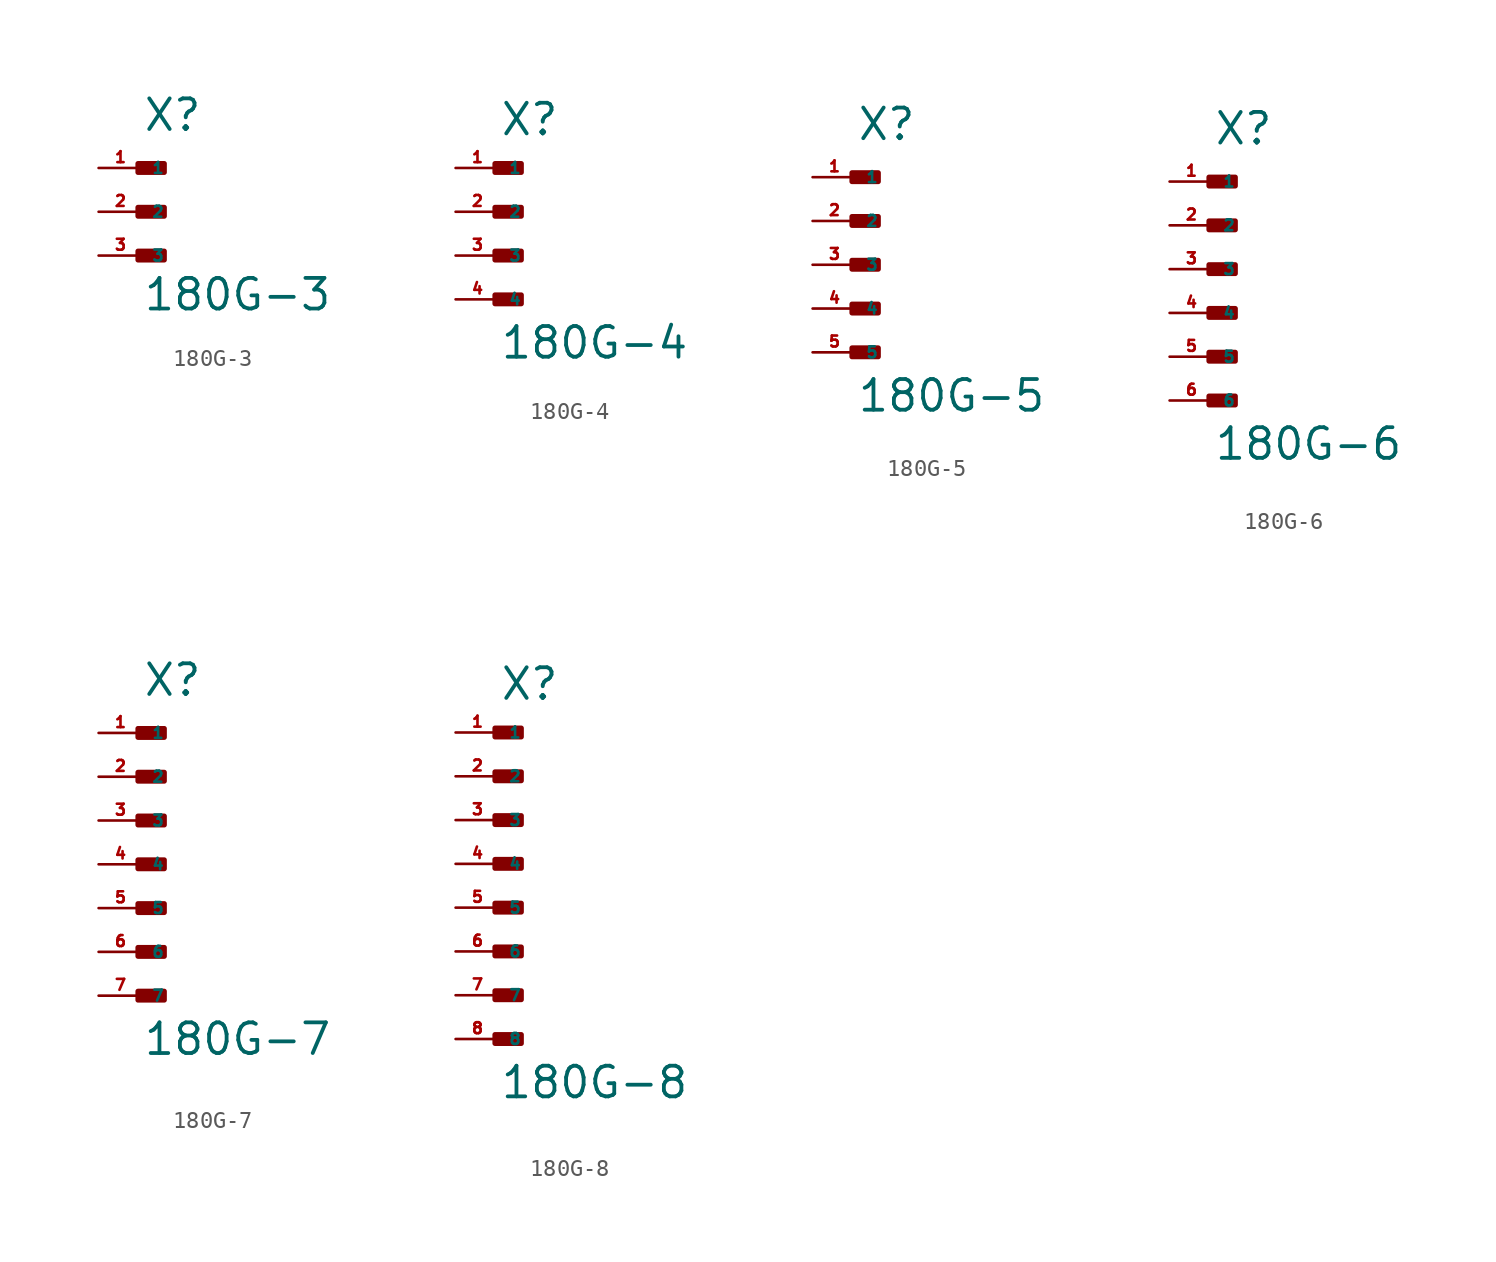
<source format=kicad_sym>
(kicad_symbol_lib
  (version 20220914)
  (generator Eagle2Kicad)
  (symbol "180G-3"
    (property "Reference" "X"
      (at 0 4.572 0)
      (effects (font (size 1.778 1.778) (thickness 0.22)) (justify left bottom)))
    (property "Value" "180G-3"
      (at 0 -5.842 0)
      (effects (font (size 1.778 1.778) (thickness 0.22)) (justify left bottom)))
    (rectangle
      (start -0.254 2.286)
      (end 1.27 2.794)
      (stroke (width 0.3) (type default))
      (fill (type outline)))
    (rectangle
      (start -0.254 -0.254)
      (end 1.27 0.254)
      (stroke (width 0.3) (type default))
      (fill (type outline)))
    (rectangle
      (start -0.254 -2.794)
      (end 1.27 -2.286)
      (stroke (width 0.3) (type default))
      (fill (type outline)))
    (pin passive line
      (at -2.54 2.54 0)
      (length 2.54)
      (name "1" (effects (font (size 0.635 0.635) (thickness 0.08)) (justify left bottom)))
      (number "1" (effects (font (size 0.635 0.635) (thickness 0.08)) (justify left bottom))))
    (pin passive line
      (at -2.54 0 0)
      (length 2.54)
      (name "2" (effects (font (size 0.635 0.635) (thickness 0.08)) (justify left bottom)))
      (number "2" (effects (font (size 0.635 0.635) (thickness 0.08)) (justify left bottom))))
    (pin passive line
      (at -2.54 -2.54 0)
      (length 2.54)
      (name "3" (effects (font (size 0.635 0.635) (thickness 0.08)) (justify left bottom)))
      (number "3" (effects (font (size 0.635 0.635) (thickness 0.08)) (justify left bottom)))))
  (symbol "180G-4"
    (property "Reference" "X"
      (at 0 4.318 0)
      (effects (font (size 1.778 1.778) (thickness 0.22)) (justify left bottom)))
    (property "Value" "180G-4"
      (at 0 -8.636 0)
      (effects (font (size 1.778 1.778) (thickness 0.22)) (justify left bottom)))
    (rectangle
      (start -0.254 2.286)
      (end 1.27 2.794)
      (stroke (width 0.3) (type default))
      (fill (type outline)))
    (rectangle
      (start -0.254 -0.254)
      (end 1.27 0.254)
      (stroke (width 0.3) (type default))
      (fill (type outline)))
    (rectangle
      (start -0.254 -2.794)
      (end 1.27 -2.286)
      (stroke (width 0.3) (type default))
      (fill (type outline)))
    (rectangle
      (start -0.254 -5.334)
      (end 1.27 -4.826)
      (stroke (width 0.3) (type default))
      (fill (type outline)))
    (pin passive line
      (at -2.54 2.54 0)
      (length 2.54)
      (name "1" (effects (font (size 0.635 0.635) (thickness 0.08)) (justify left bottom)))
      (number "1" (effects (font (size 0.635 0.635) (thickness 0.08)) (justify left bottom))))
    (pin passive line
      (at -2.54 0 0)
      (length 2.54)
      (name "2" (effects (font (size 0.635 0.635) (thickness 0.08)) (justify left bottom)))
      (number "2" (effects (font (size 0.635 0.635) (thickness 0.08)) (justify left bottom))))
    (pin passive line
      (at -2.54 -2.54 0)
      (length 2.54)
      (name "3" (effects (font (size 0.635 0.635) (thickness 0.08)) (justify left bottom)))
      (number "3" (effects (font (size 0.635 0.635) (thickness 0.08)) (justify left bottom))))
    (pin passive line
      (at -2.54 -5.08 0)
      (length 2.54)
      (name "4" (effects (font (size 0.635 0.635) (thickness 0.08)) (justify left bottom)))
      (number "4" (effects (font (size 0.635 0.635) (thickness 0.08)) (justify left bottom)))))
  (symbol "180G-5"
    (property "Reference" "X"
      (at 0 7.112 0)
      (effects (font (size 1.778 1.778) (thickness 0.22)) (justify left bottom)))
    (property "Value" "180G-5"
      (at 0 -8.636 0)
      (effects (font (size 1.778 1.778) (thickness 0.22)) (justify left bottom)))
    (rectangle
      (start -0.254 4.826)
      (end 1.27 5.334)
      (stroke (width 0.3) (type default))
      (fill (type outline)))
    (rectangle
      (start -0.254 2.286)
      (end 1.27 2.794)
      (stroke (width 0.3) (type default))
      (fill (type outline)))
    (rectangle
      (start -0.254 -0.254)
      (end 1.27 0.254)
      (stroke (width 0.3) (type default))
      (fill (type outline)))
    (rectangle
      (start -0.254 -2.794)
      (end 1.27 -2.286)
      (stroke (width 0.3) (type default))
      (fill (type outline)))
    (rectangle
      (start -0.254 -5.334)
      (end 1.27 -4.826)
      (stroke (width 0.3) (type default))
      (fill (type outline)))
    (pin passive line
      (at -2.54 5.08 0)
      (length 2.54)
      (name "1" (effects (font (size 0.635 0.635) (thickness 0.08)) (justify left bottom)))
      (number "1" (effects (font (size 0.635 0.635) (thickness 0.08)) (justify left bottom))))
    (pin passive line
      (at -2.54 2.54 0)
      (length 2.54)
      (name "2" (effects (font (size 0.635 0.635) (thickness 0.08)) (justify left bottom)))
      (number "2" (effects (font (size 0.635 0.635) (thickness 0.08)) (justify left bottom))))
    (pin passive line
      (at -2.54 0 0)
      (length 2.54)
      (name "3" (effects (font (size 0.635 0.635) (thickness 0.08)) (justify left bottom)))
      (number "3" (effects (font (size 0.635 0.635) (thickness 0.08)) (justify left bottom))))
    (pin passive line
      (at -2.54 -2.54 0)
      (length 2.54)
      (name "4" (effects (font (size 0.635 0.635) (thickness 0.08)) (justify left bottom)))
      (number "4" (effects (font (size 0.635 0.635) (thickness 0.08)) (justify left bottom))))
    (pin passive line
      (at -2.54 -5.08 0)
      (length 2.54)
      (name "5" (effects (font (size 0.635 0.635) (thickness 0.08)) (justify left bottom)))
      (number "5" (effects (font (size 0.635 0.635) (thickness 0.08)) (justify left bottom)))))
  (symbol "180G-6"
    (property "Reference" "X"
      (at 0 7.112 0)
      (effects (font (size 1.778 1.778) (thickness 0.22)) (justify left bottom)))
    (property "Value" "180G-6"
      (at 0 -11.176 0)
      (effects (font (size 1.778 1.778) (thickness 0.22)) (justify left bottom)))
    (rectangle
      (start -0.254 4.826)
      (end 1.27 5.334)
      (stroke (width 0.3) (type default))
      (fill (type outline)))
    (rectangle
      (start -0.254 2.286)
      (end 1.27 2.794)
      (stroke (width 0.3) (type default))
      (fill (type outline)))
    (rectangle
      (start -0.254 -0.254)
      (end 1.27 0.254)
      (stroke (width 0.3) (type default))
      (fill (type outline)))
    (rectangle
      (start -0.254 -2.794)
      (end 1.27 -2.286)
      (stroke (width 0.3) (type default))
      (fill (type outline)))
    (rectangle
      (start -0.254 -5.334)
      (end 1.27 -4.826)
      (stroke (width 0.3) (type default))
      (fill (type outline)))
    (rectangle
      (start -0.254 -7.874)
      (end 1.27 -7.366)
      (stroke (width 0.3) (type default))
      (fill (type outline)))
    (pin passive line
      (at -2.54 5.08 0)
      (length 2.54)
      (name "1" (effects (font (size 0.635 0.635) (thickness 0.08)) (justify left bottom)))
      (number "1" (effects (font (size 0.635 0.635) (thickness 0.08)) (justify left bottom))))
    (pin passive line
      (at -2.54 2.54 0)
      (length 2.54)
      (name "2" (effects (font (size 0.635 0.635) (thickness 0.08)) (justify left bottom)))
      (number "2" (effects (font (size 0.635 0.635) (thickness 0.08)) (justify left bottom))))
    (pin passive line
      (at -2.54 0 0)
      (length 2.54)
      (name "3" (effects (font (size 0.635 0.635) (thickness 0.08)) (justify left bottom)))
      (number "3" (effects (font (size 0.635 0.635) (thickness 0.08)) (justify left bottom))))
    (pin passive line
      (at -2.54 -2.54 0)
      (length 2.54)
      (name "4" (effects (font (size 0.635 0.635) (thickness 0.08)) (justify left bottom)))
      (number "4" (effects (font (size 0.635 0.635) (thickness 0.08)) (justify left bottom))))
    (pin passive line
      (at -2.54 -5.08 0)
      (length 2.54)
      (name "5" (effects (font (size 0.635 0.635) (thickness 0.08)) (justify left bottom)))
      (number "5" (effects (font (size 0.635 0.635) (thickness 0.08)) (justify left bottom))))
    (pin passive line
      (at -2.54 -7.62 0)
      (length 2.54)
      (name "6" (effects (font (size 0.635 0.635) (thickness 0.08)) (justify left bottom)))
      (number "6" (effects (font (size 0.635 0.635) (thickness 0.08)) (justify left bottom)))))
  (symbol "180G-7"
    (property "Reference" "X"
      (at 0 9.652 0)
      (effects (font (size 1.778 1.778) (thickness 0.22)) (justify left bottom)))
    (property "Value" "180G-7"
      (at 0 -11.176 0)
      (effects (font (size 1.778 1.778) (thickness 0.22)) (justify left bottom)))
    (rectangle
      (start -0.254 7.366)
      (end 1.27 7.874)
      (stroke (width 0.3) (type default))
      (fill (type outline)))
    (rectangle
      (start -0.254 4.826)
      (end 1.27 5.334)
      (stroke (width 0.3) (type default))
      (fill (type outline)))
    (rectangle
      (start -0.254 2.286)
      (end 1.27 2.794)
      (stroke (width 0.3) (type default))
      (fill (type outline)))
    (rectangle
      (start -0.254 -0.254)
      (end 1.27 0.254)
      (stroke (width 0.3) (type default))
      (fill (type outline)))
    (rectangle
      (start -0.254 -2.794)
      (end 1.27 -2.286)
      (stroke (width 0.3) (type default))
      (fill (type outline)))
    (rectangle
      (start -0.254 -5.334)
      (end 1.27 -4.826)
      (stroke (width 0.3) (type default))
      (fill (type outline)))
    (rectangle
      (start -0.254 -7.874)
      (end 1.27 -7.366)
      (stroke (width 0.3) (type default))
      (fill (type outline)))
    (pin passive line
      (at -2.54 7.62 0)
      (length 2.54)
      (name "1" (effects (font (size 0.635 0.635) (thickness 0.08)) (justify left bottom)))
      (number "1" (effects (font (size 0.635 0.635) (thickness 0.08)) (justify left bottom))))
    (pin passive line
      (at -2.54 5.08 0)
      (length 2.54)
      (name "2" (effects (font (size 0.635 0.635) (thickness 0.08)) (justify left bottom)))
      (number "2" (effects (font (size 0.635 0.635) (thickness 0.08)) (justify left bottom))))
    (pin passive line
      (at -2.54 2.54 0)
      (length 2.54)
      (name "3" (effects (font (size 0.635 0.635) (thickness 0.08)) (justify left bottom)))
      (number "3" (effects (font (size 0.635 0.635) (thickness 0.08)) (justify left bottom))))
    (pin passive line
      (at -2.54 0 0)
      (length 2.54)
      (name "4" (effects (font (size 0.635 0.635) (thickness 0.08)) (justify left bottom)))
      (number "4" (effects (font (size 0.635 0.635) (thickness 0.08)) (justify left bottom))))
    (pin passive line
      (at -2.54 -2.54 0)
      (length 2.54)
      (name "5" (effects (font (size 0.635 0.635) (thickness 0.08)) (justify left bottom)))
      (number "5" (effects (font (size 0.635 0.635) (thickness 0.08)) (justify left bottom))))
    (pin passive line
      (at -2.54 -5.08 0)
      (length 2.54)
      (name "6" (effects (font (size 0.635 0.635) (thickness 0.08)) (justify left bottom)))
      (number "6" (effects (font (size 0.635 0.635) (thickness 0.08)) (justify left bottom))))
    (pin passive line
      (at -2.54 -7.62 0)
      (length 2.54)
      (name "7" (effects (font (size 0.635 0.635) (thickness 0.08)) (justify left bottom)))
      (number "7" (effects (font (size 0.635 0.635) (thickness 0.08)) (justify left bottom)))))
  (symbol "180G-8"
    (property "Reference" "X"
      (at 0 9.398 0)
      (effects (font (size 1.778 1.778) (thickness 0.22)) (justify left bottom)))
    (property "Value" "180G-8"
      (at 0 -13.716 0)
      (effects (font (size 1.778 1.778) (thickness 0.22)) (justify left bottom)))
    (rectangle
      (start -0.254 7.366)
      (end 1.27 7.874)
      (stroke (width 0.3) (type default))
      (fill (type outline)))
    (rectangle
      (start -0.254 4.826)
      (end 1.27 5.334)
      (stroke (width 0.3) (type default))
      (fill (type outline)))
    (rectangle
      (start -0.254 2.286)
      (end 1.27 2.794)
      (stroke (width 0.3) (type default))
      (fill (type outline)))
    (rectangle
      (start -0.254 -0.254)
      (end 1.27 0.254)
      (stroke (width 0.3) (type default))
      (fill (type outline)))
    (rectangle
      (start -0.254 -2.794)
      (end 1.27 -2.286)
      (stroke (width 0.3) (type default))
      (fill (type outline)))
    (rectangle
      (start -0.254 -5.334)
      (end 1.27 -4.826)
      (stroke (width 0.3) (type default))
      (fill (type outline)))
    (rectangle
      (start -0.254 -7.874)
      (end 1.27 -7.366)
      (stroke (width 0.3) (type default))
      (fill (type outline)))
    (rectangle
      (start -0.254 -10.414)
      (end 1.27 -9.906)
      (stroke (width 0.3) (type default))
      (fill (type outline)))
    (pin passive line
      (at -2.54 7.62 0)
      (length 2.54)
      (name "1" (effects (font (size 0.635 0.635) (thickness 0.08)) (justify left bottom)))
      (number "1" (effects (font (size 0.635 0.635) (thickness 0.08)) (justify left bottom))))
    (pin passive line
      (at -2.54 5.08 0)
      (length 2.54)
      (name "2" (effects (font (size 0.635 0.635) (thickness 0.08)) (justify left bottom)))
      (number "2" (effects (font (size 0.635 0.635) (thickness 0.08)) (justify left bottom))))
    (pin passive line
      (at -2.54 2.54 0)
      (length 2.54)
      (name "3" (effects (font (size 0.635 0.635) (thickness 0.08)) (justify left bottom)))
      (number "3" (effects (font (size 0.635 0.635) (thickness 0.08)) (justify left bottom))))
    (pin passive line
      (at -2.54 0 0)
      (length 2.54)
      (name "4" (effects (font (size 0.635 0.635) (thickness 0.08)) (justify left bottom)))
      (number "4" (effects (font (size 0.635 0.635) (thickness 0.08)) (justify left bottom))))
    (pin passive line
      (at -2.54 -2.54 0)
      (length 2.54)
      (name "5" (effects (font (size 0.635 0.635) (thickness 0.08)) (justify left bottom)))
      (number "5" (effects (font (size 0.635 0.635) (thickness 0.08)) (justify left bottom))))
    (pin passive line
      (at -2.54 -5.08 0)
      (length 2.54)
      (name "6" (effects (font (size 0.635 0.635) (thickness 0.08)) (justify left bottom)))
      (number "6" (effects (font (size 0.635 0.635) (thickness 0.08)) (justify left bottom))))
    (pin passive line
      (at -2.54 -7.62 0)
      (length 2.54)
      (name "7" (effects (font (size 0.635 0.635) (thickness 0.08)) (justify left bottom)))
      (number "7" (effects (font (size 0.635 0.635) (thickness 0.08)) (justify left bottom))))
    (pin passive line
      (at -2.54 -10.16 0)
      (length 2.54)
      (name "8" (effects (font (size 0.635 0.635) (thickness 0.08)) (justify left bottom)))
      (number "8" (effects (font (size 0.635 0.635) (thickness 0.08)) (justify left bottom))))))
</source>
